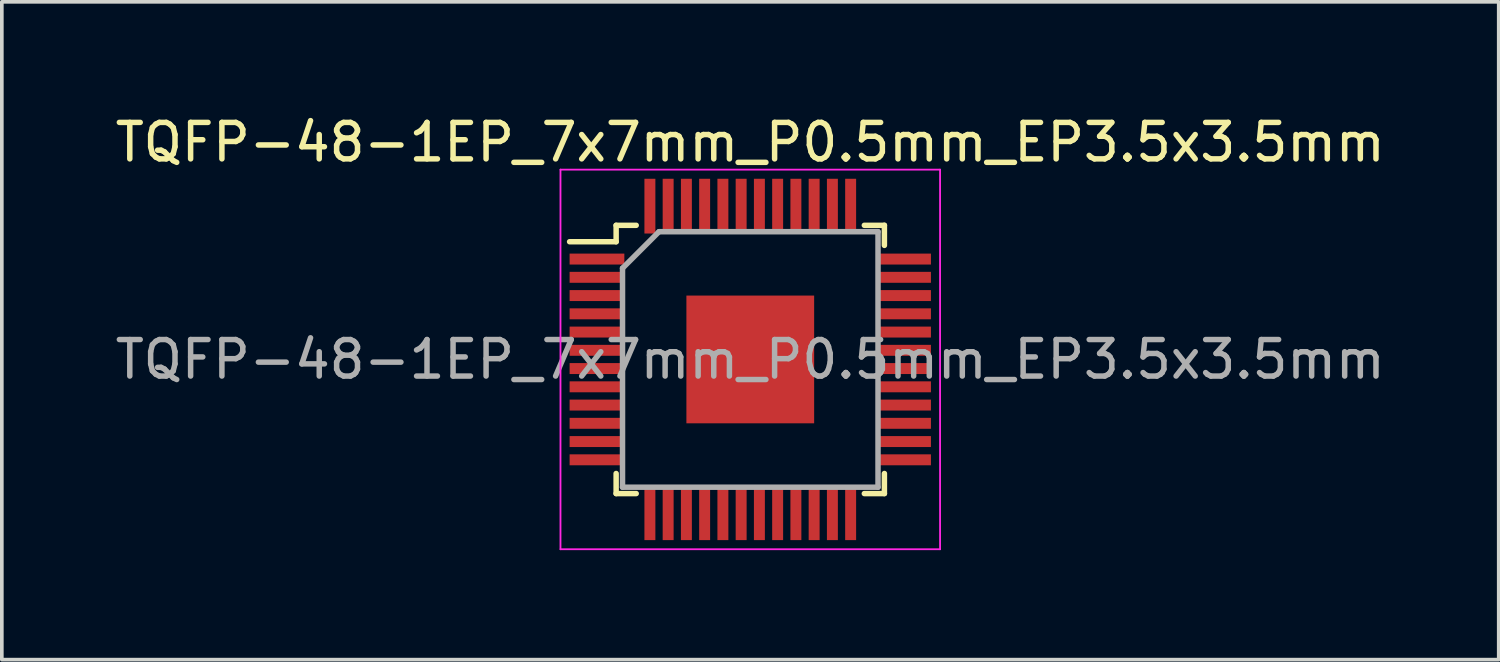
<source format=kicad_pcb>
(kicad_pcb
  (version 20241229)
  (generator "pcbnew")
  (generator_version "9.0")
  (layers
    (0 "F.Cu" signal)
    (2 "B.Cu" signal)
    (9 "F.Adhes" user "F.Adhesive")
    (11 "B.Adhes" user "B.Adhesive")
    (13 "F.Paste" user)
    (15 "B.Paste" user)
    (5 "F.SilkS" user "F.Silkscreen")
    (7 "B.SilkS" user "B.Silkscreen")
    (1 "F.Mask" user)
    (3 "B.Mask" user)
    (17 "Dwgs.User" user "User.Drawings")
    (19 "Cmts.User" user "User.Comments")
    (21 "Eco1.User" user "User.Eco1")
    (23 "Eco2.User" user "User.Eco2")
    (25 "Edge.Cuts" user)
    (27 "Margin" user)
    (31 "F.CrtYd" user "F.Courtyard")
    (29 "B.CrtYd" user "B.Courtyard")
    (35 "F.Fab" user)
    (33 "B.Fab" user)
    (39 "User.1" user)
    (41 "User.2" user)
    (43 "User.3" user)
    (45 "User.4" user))
  (footprint "TQFP-48-1EP_7x7mm_P0.5mm_EP3.5x3.5mm"
    (layer "F.Cu")
    (at 17.506 6.798)
    (property "Reference" "TQFP-48-1EP_7x7mm_P0.5mm_EP3.5x3.5mm" (at 0 -5.95 0) (layer "F.SilkS") (effects (font (size 1 1) (thickness 0.15))))
    (attr smd)
    (fp_line (start -3.675 -3.675) (end -3.675 -3.225) (stroke (width 0.15) (type solid)) (layer "F.SilkS"))
    (fp_line (start -3.675 -3.675) (end -3.125 -3.675) (stroke (width 0.15) (type solid)) (layer "F.SilkS"))
    (fp_line (start -3.675 -3.225) (end -4.95 -3.225) (stroke (width 0.15) (type solid)) (layer "F.SilkS"))
    (fp_line (start -3.675 3.675) (end -3.675 3.125) (stroke (width 0.15) (type solid)) (layer "F.SilkS"))
    (fp_line (start -3.675 3.675) (end -3.125 3.675) (stroke (width 0.15) (type solid)) (layer "F.SilkS"))
    (fp_line (start 3.675 -3.675) (end 3.125 -3.675) (stroke (width 0.15) (type solid)) (layer "F.SilkS"))
    (fp_line (start 3.675 -3.675) (end 3.675 -3.125) (stroke (width 0.15) (type solid)) (layer "F.SilkS"))
    (fp_line (start 3.675 3.675) (end 3.125 3.675) (stroke (width 0.15) (type solid)) (layer "F.SilkS"))
    (fp_line (start 3.675 3.675) (end 3.675 3.125) (stroke (width 0.15) (type solid)) (layer "F.SilkS"))
    (fp_line (start -5.2 -5.2) (end -5.2 5.2) (stroke (width 0.05) (type solid)) (layer "F.CrtYd"))
    (fp_line (start -5.2 -5.2) (end 5.2 -5.2) (stroke (width 0.05) (type solid)) (layer "F.CrtYd"))
    (fp_line (start -5.2 5.2) (end 5.2 5.2) (stroke (width 0.05) (type solid)) (layer "F.CrtYd"))
    (fp_line (start 5.2 -5.2) (end 5.2 5.2) (stroke (width 0.05) (type solid)) (layer "F.CrtYd"))
    (fp_line (start -3.5 -2.5) (end -2.5 -3.5) (stroke (width 0.15) (type solid)) (layer "F.Fab"))
    (fp_line (start -3.5 3.5) (end -3.5 -2.5) (stroke (width 0.15) (type solid)) (layer "F.Fab"))
    (fp_line (start -2.5 -3.5) (end 3.5 -3.5) (stroke (width 0.15) (type solid)) (layer "F.Fab"))
    (fp_line (start 3.5 -3.5) (end 3.5 3.5) (stroke (width 0.15) (type solid)) (layer "F.Fab"))
    (fp_line (start 3.5 3.5) (end -3.5 3.5) (stroke (width 0.15) (type solid)) (layer "F.Fab"))
    (fp_text user "${REFERENCE}" (at 0 0 0) (layer "F.Fab") (effects (font (size 1 1) (thickness 0.15))))
    (pad "" smd rect (at -0.875 -0.875) (size 1.35 1.35) (layers "F.Paste"))
    (pad "" smd rect (at -0.875 0.875) (size 1.35 1.35) (layers "F.Paste"))
    (pad "" smd rect (at 0.875 -0.875) (size 1.35 1.35) (layers "F.Paste"))
    (pad "" smd rect (at 0.875 0.875) (size 1.35 1.35) (layers "F.Paste"))
    (pad "1" smd rect (at -4.2 -2.75) (size 1.5 0.3) (layers "F.Cu" "F.Mask" "F.Paste"))
    (pad "2" smd rect (at -4.2 -2.25) (size 1.5 0.3) (layers "F.Cu" "F.Mask" "F.Paste"))
    (pad "3" smd rect (at -4.2 -1.75) (size 1.5 0.3) (layers "F.Cu" "F.Mask" "F.Paste"))
    (pad "4" smd rect (at -4.2 -1.25) (size 1.5 0.3) (layers "F.Cu" "F.Mask" "F.Paste"))
    (pad "5" smd rect (at -4.2 -0.75) (size 1.5 0.3) (layers "F.Cu" "F.Mask" "F.Paste"))
    (pad "6" smd rect (at -4.2 -0.25) (size 1.5 0.3) (layers "F.Cu" "F.Mask" "F.Paste"))
    (pad "7" smd rect (at -4.2 0.25) (size 1.5 0.3) (layers "F.Cu" "F.Mask" "F.Paste"))
    (pad "8" smd rect (at -4.2 0.75) (size 1.5 0.3) (layers "F.Cu" "F.Mask" "F.Paste"))
    (pad "9" smd rect (at -4.2 1.25) (size 1.5 0.3) (layers "F.Cu" "F.Mask" "F.Paste"))
    (pad "10" smd rect (at -4.2 1.75) (size 1.5 0.3) (layers "F.Cu" "F.Mask" "F.Paste"))
    (pad "11" smd rect (at -4.2 2.25) (size 1.5 0.3) (layers "F.Cu" "F.Mask" "F.Paste"))
    (pad "12" smd rect (at -4.2 2.75) (size 1.5 0.3) (layers "F.Cu" "F.Mask" "F.Paste"))
    (pad "13" smd rect (at -2.75 4.2 90) (size 1.5 0.3) (layers "F.Cu" "F.Mask" "F.Paste"))
    (pad "14" smd rect (at -2.25 4.2 90) (size 1.5 0.3) (layers "F.Cu" "F.Mask" "F.Paste"))
    (pad "15" smd rect (at -1.75 4.2 90) (size 1.5 0.3) (layers "F.Cu" "F.Mask" "F.Paste"))
    (pad "16" smd rect (at -1.25 4.2 90) (size 1.5 0.3) (layers "F.Cu" "F.Mask" "F.Paste"))
    (pad "17" smd rect (at -0.75 4.2 90) (size 1.5 0.3) (layers "F.Cu" "F.Mask" "F.Paste"))
    (pad "18" smd rect (at -0.25 4.2 90) (size 1.5 0.3) (layers "F.Cu" "F.Mask" "F.Paste"))
    (pad "19" smd rect (at 0.25 4.2 90) (size 1.5 0.3) (layers "F.Cu" "F.Mask" "F.Paste"))
    (pad "20" smd rect (at 0.75 4.2 90) (size 1.5 0.3) (layers "F.Cu" "F.Mask" "F.Paste"))
    (pad "21" smd rect (at 1.25 4.2 90) (size 1.5 0.3) (layers "F.Cu" "F.Mask" "F.Paste"))
    (pad "22" smd rect (at 1.75 4.2 90) (size 1.5 0.3) (layers "F.Cu" "F.Mask" "F.Paste"))
    (pad "23" smd rect (at 2.25 4.2 90) (size 1.5 0.3) (layers "F.Cu" "F.Mask" "F.Paste"))
    (pad "24" smd rect (at 2.75 4.2 90) (size 1.5 0.3) (layers "F.Cu" "F.Mask" "F.Paste"))
    (pad "25" smd rect (at 4.2 2.75) (size 1.5 0.3) (layers "F.Cu" "F.Mask" "F.Paste"))
    (pad "26" smd rect (at 4.2 2.25) (size 1.5 0.3) (layers "F.Cu" "F.Mask" "F.Paste"))
    (pad "27" smd rect (at 4.2 1.75) (size 1.5 0.3) (layers "F.Cu" "F.Mask" "F.Paste"))
    (pad "28" smd rect (at 4.2 1.25) (size 1.5 0.3) (layers "F.Cu" "F.Mask" "F.Paste"))
    (pad "29" smd rect (at 4.2 0.75) (size 1.5 0.3) (layers "F.Cu" "F.Mask" "F.Paste"))
    (pad "30" smd rect (at 4.2 0.25) (size 1.5 0.3) (layers "F.Cu" "F.Mask" "F.Paste"))
    (pad "31" smd rect (at 4.2 -0.25) (size 1.5 0.3) (layers "F.Cu" "F.Mask" "F.Paste"))
    (pad "32" smd rect (at 4.2 -0.75) (size 1.5 0.3) (layers "F.Cu" "F.Mask" "F.Paste"))
    (pad "33" smd rect (at 4.2 -1.25) (size 1.5 0.3) (layers "F.Cu" "F.Mask" "F.Paste"))
    (pad "34" smd rect (at 4.2 -1.75) (size 1.5 0.3) (layers "F.Cu" "F.Mask" "F.Paste"))
    (pad "35" smd rect (at 4.2 -2.25) (size 1.5 0.3) (layers "F.Cu" "F.Mask" "F.Paste"))
    (pad "36" smd rect (at 4.2 -2.75) (size 1.5 0.3) (layers "F.Cu" "F.Mask" "F.Paste"))
    (pad "37" smd rect (at 2.75 -4.2 90) (size 1.5 0.3) (layers "F.Cu" "F.Mask" "F.Paste"))
    (pad "38" smd rect (at 2.25 -4.2 90) (size 1.5 0.3) (layers "F.Cu" "F.Mask" "F.Paste"))
    (pad "39" smd rect (at 1.75 -4.2 90) (size 1.5 0.3) (layers "F.Cu" "F.Mask" "F.Paste"))
    (pad "40" smd rect (at 1.25 -4.2 90) (size 1.5 0.3) (layers "F.Cu" "F.Mask" "F.Paste"))
    (pad "41" smd rect (at 0.75 -4.2 90) (size 1.5 0.3) (layers "F.Cu" "F.Mask" "F.Paste"))
    (pad "42" smd rect (at 0.25 -4.2 90) (size 1.5 0.3) (layers "F.Cu" "F.Mask" "F.Paste"))
    (pad "43" smd rect (at -0.25 -4.2 90) (size 1.5 0.3) (layers "F.Cu" "F.Mask" "F.Paste"))
    (pad "44" smd rect (at -0.75 -4.2 90) (size 1.5 0.3) (layers "F.Cu" "F.Mask" "F.Paste"))
    (pad "45" smd rect (at -1.25 -4.2 90) (size 1.5 0.3) (layers "F.Cu" "F.Mask" "F.Paste"))
    (pad "46" smd rect (at -1.75 -4.2 90) (size 1.5 0.3) (layers "F.Cu" "F.Mask" "F.Paste"))
    (pad "47" smd rect (at -2.25 -4.2 90) (size 1.5 0.3) (layers "F.Cu" "F.Mask" "F.Paste"))
    (pad "48" smd rect (at -2.75 -4.2 90) (size 1.5 0.3) (layers "F.Cu" "F.Mask" "F.Paste"))
    (pad "49" smd rect (at 0 0) (size 3.5 3.5) (layers "F.Cu" "F.Mask")))
  (gr_rect
    (start -3 -3)
    (end 38.012 15.023)
    (stroke (width 0.1) (type default))
    (fill no)
    (layer "Edge.Cuts")))
</source>
